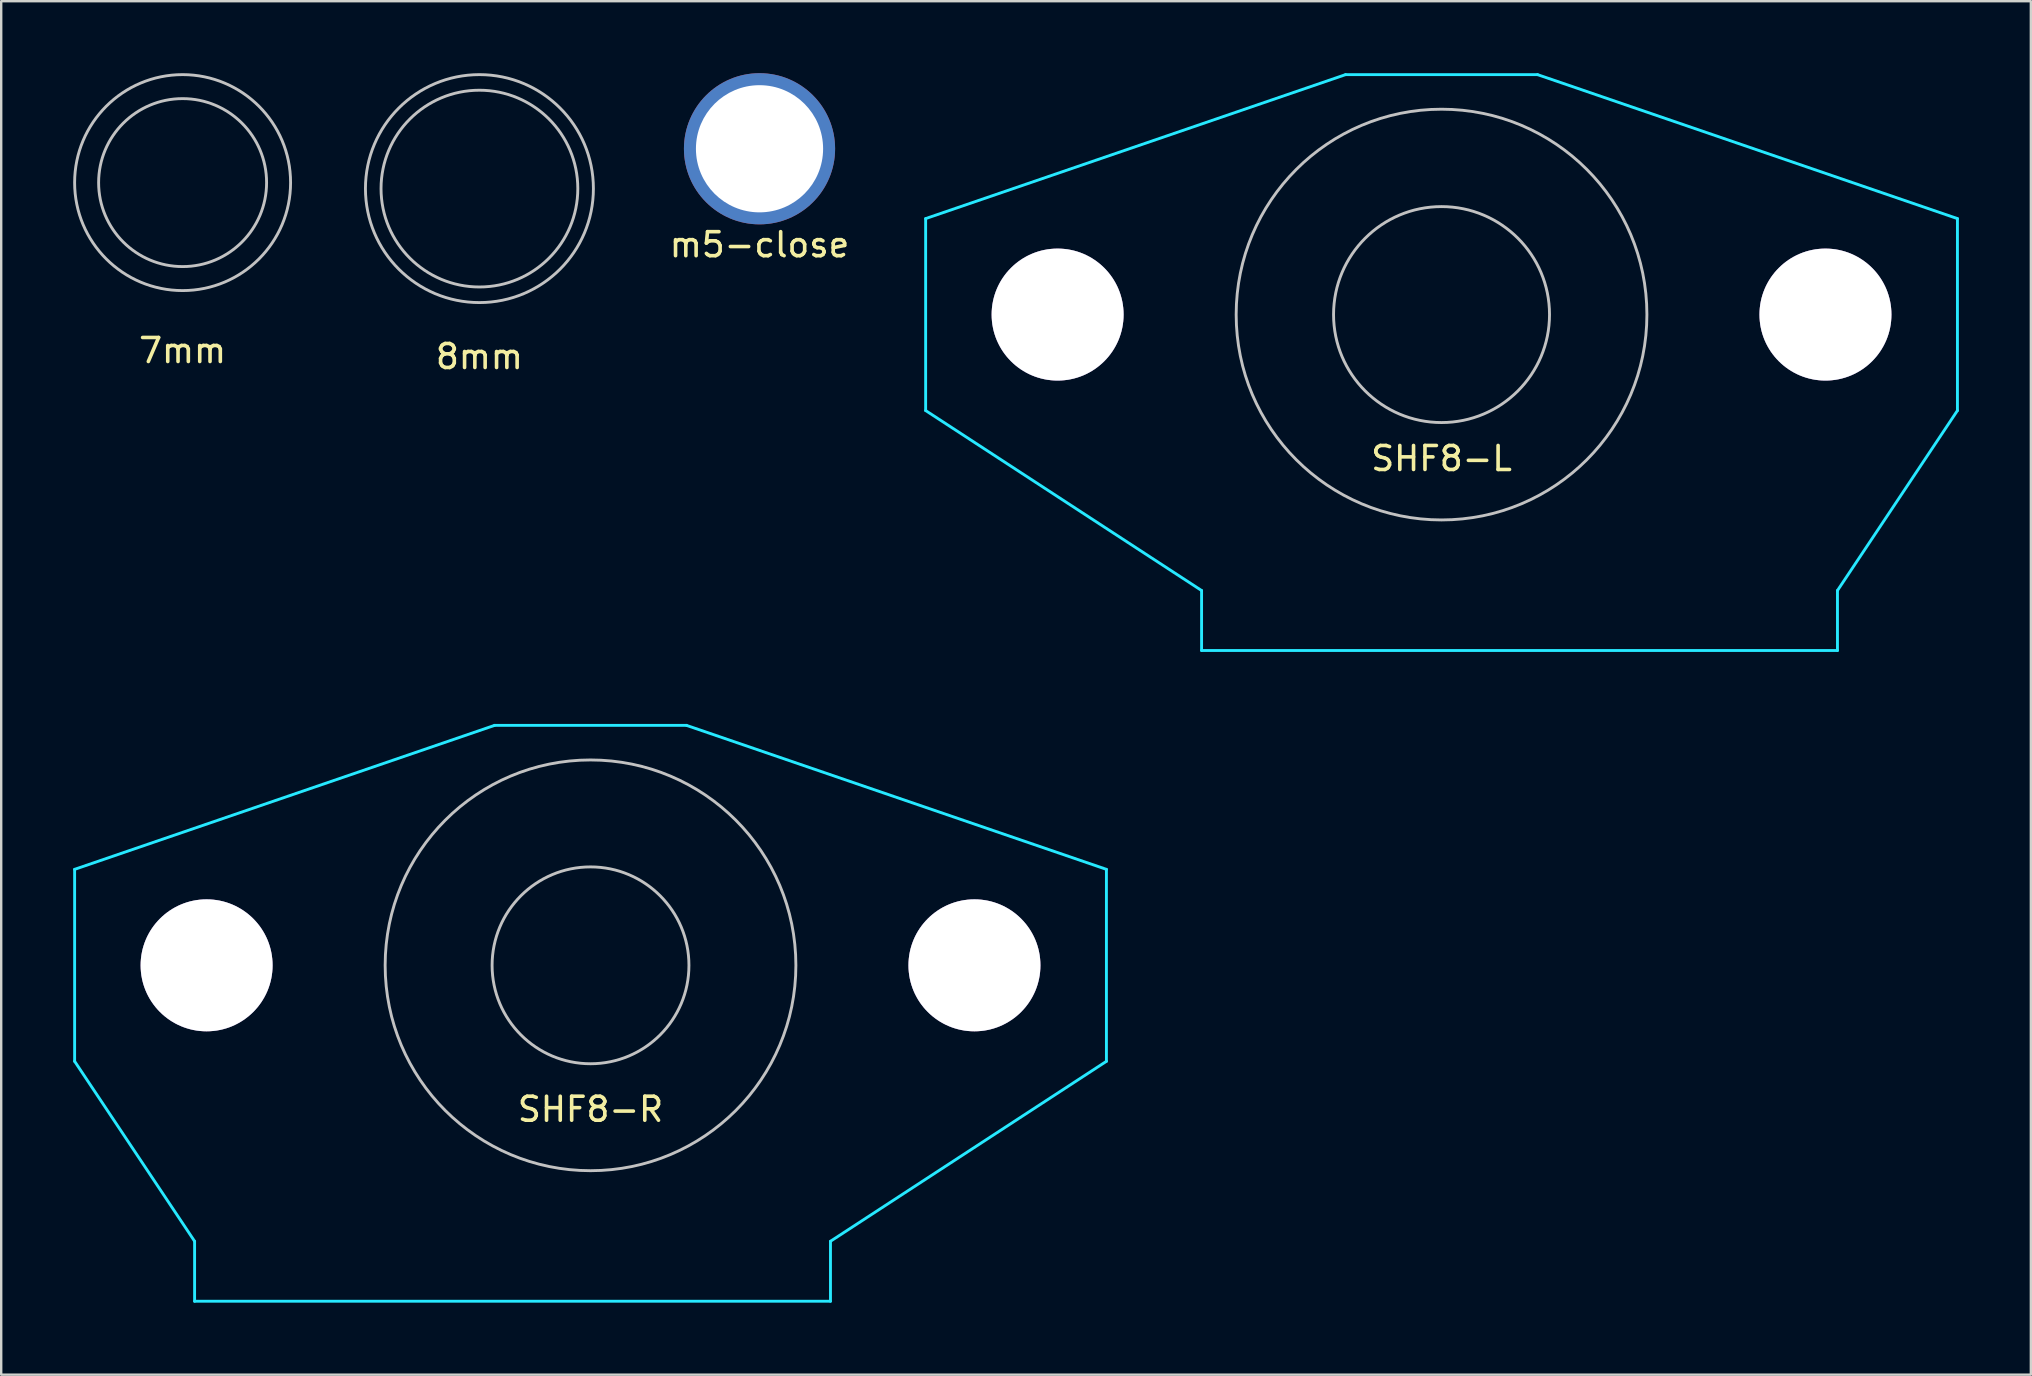
<source format=kicad_pcb>
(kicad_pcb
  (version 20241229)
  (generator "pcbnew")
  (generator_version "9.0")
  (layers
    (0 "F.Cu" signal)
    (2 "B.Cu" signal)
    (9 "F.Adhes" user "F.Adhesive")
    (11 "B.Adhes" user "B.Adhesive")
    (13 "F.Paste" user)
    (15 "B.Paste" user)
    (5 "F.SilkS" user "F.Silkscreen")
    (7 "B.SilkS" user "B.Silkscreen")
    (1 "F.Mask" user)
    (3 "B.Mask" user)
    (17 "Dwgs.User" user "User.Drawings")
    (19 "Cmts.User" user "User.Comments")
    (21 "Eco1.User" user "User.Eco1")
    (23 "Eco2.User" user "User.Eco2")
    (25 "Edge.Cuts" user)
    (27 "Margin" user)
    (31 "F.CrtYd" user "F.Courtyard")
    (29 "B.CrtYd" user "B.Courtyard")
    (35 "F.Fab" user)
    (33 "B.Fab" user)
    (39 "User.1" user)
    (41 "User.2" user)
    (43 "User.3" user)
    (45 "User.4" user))
  (footprint "SHF8-R"
    (layer "F.Cu")
    (at 21.56 37.18)
    (property "Reference" "SHF8-R" (at 0 6 0) (layer "F.SilkS") (effects (font (size 1 1) (thickness 0.15))))
    (attr through_hole)
    (fp_circle (center 0 0) (end -0.12 -4.1) (stroke (width 0.12) (type solid)) (fill no) (layer "Dwgs.User"))
    (fp_circle (center 0 0) (end 1 -8.5) (stroke (width 0.12) (type solid)) (fill no) (layer "Dwgs.User"))
    (fp_line (start -21.5 -4) (end -4 -10) (stroke (width 0.12) (type solid)) (layer "B.CrtYd"))
    (fp_line (start -21.5 4) (end -21.5 -4) (stroke (width 0.12) (type solid)) (layer "B.CrtYd"))
    (fp_line (start -16.5 11.5) (end -21.5 4) (stroke (width 0.12) (type solid)) (layer "B.CrtYd"))
    (fp_line (start -16.5 14) (end -16.5 11.5) (stroke (width 0.12) (type solid)) (layer "B.CrtYd"))
    (fp_line (start -4 -10) (end 4 -10) (stroke (width 0.12) (type solid)) (layer "B.CrtYd"))
    (fp_line (start 4 -10) (end 21.5 -4) (stroke (width 0.12) (type solid)) (layer "B.CrtYd"))
    (fp_line (start 10 11.5) (end 10 14) (stroke (width 0.12) (type solid)) (layer "B.CrtYd"))
    (fp_line (start 10 14) (end -16.5 14) (stroke (width 0.12) (type solid)) (layer "B.CrtYd"))
    (fp_line (start 21.5 -4) (end 21.5 4) (stroke (width 0.12) (type solid)) (layer "B.CrtYd"))
    (fp_line (start 21.5 4) (end 10 11.5) (stroke (width 0.12) (type solid)) (layer "B.CrtYd"))
    (pad "" thru_hole circle (at -16 0) (size 5.5 5.5) (drill 5.5) (layers "*.Cu" "*.Mask"))
    (pad "" thru_hole circle (at 16 0) (size 5.5 5.5) (drill 5.5) (layers "*.Cu" "*.Mask")))
  (footprint "m5-close"
    (layer "F.Cu")
    (at 28.603 3.15)
    (property "Reference" "m5-close" (at 0 4 0) (layer "F.SilkS") (effects (font (size 1 1) (thickness 0.15))))
    (attr through_hole)
    (pad "" thru_hole circle (at 0 0) (size 6.3 6.3) (drill 5.3) (layers "*.Cu" "*.Mask")))
  (footprint "8mm"
    (layer "F.Cu")
    (at 16.93 4.81)
    (property "Reference" "8mm" (at 0 7 0) (layer "F.SilkS") (effects (font (size 1 1) (thickness 0.15))))
    (attr through_hole)
    (fp_circle (center 0 0) (end 4.1 0) (stroke (width 0.12) (type solid)) (fill no) (layer "Dwgs.User"))
    (fp_circle (center 0 0) (end 4.75 0) (stroke (width 0.12) (type solid)) (fill no) (layer "Dwgs.User")))
  (footprint "7mm"
    (layer "F.Cu")
    (at 4.56 4.56)
    (property "Reference" "7mm" (at 0 7 0) (layer "F.SilkS") (effects (font (size 1 1) (thickness 0.15))))
    (attr through_hole)
    (fp_circle (center 0 0) (end 3.5 0) (stroke (width 0.12) (type solid)) (fill no) (layer "Dwgs.User"))
    (fp_circle (center 0 0) (end 4.5 0) (stroke (width 0.12) (type solid)) (fill no) (layer "Dwgs.User")))
  (footprint "SHF8-L"
    (layer "F.Cu")
    (at 57.026 10.06)
    (property "Reference" "SHF8-L" (at 0 6 0) (layer "F.SilkS") (effects (font (size 1 1) (thickness 0.15))))
    (attr through_hole)
    (fp_circle (center 0 0) (end 1 -8.5) (stroke (width 0.12) (type solid)) (fill no) (layer "Dwgs.User"))
    (fp_circle (center 0 0) (end 4.5 0) (stroke (width 0.12) (type solid)) (fill no) (layer "Dwgs.User"))
    (fp_line (start -21.5 -4) (end -4 -10) (stroke (width 0.12) (type solid)) (layer "B.CrtYd"))
    (fp_line (start -21.5 4) (end -21.5 -4) (stroke (width 0.12) (type solid)) (layer "B.CrtYd"))
    (fp_line (start -10 11.5) (end -21.5 4) (stroke (width 0.12) (type solid)) (layer "B.CrtYd"))
    (fp_line (start -10 14) (end -10 11.5) (stroke (width 0.12) (type solid)) (layer "B.CrtYd"))
    (fp_line (start -4 -10) (end 4 -10) (stroke (width 0.12) (type solid)) (layer "B.CrtYd"))
    (fp_line (start 4 -10) (end 21.5 -4) (stroke (width 0.12) (type solid)) (layer "B.CrtYd"))
    (fp_line (start 16.5 11.5) (end 16.5 14) (stroke (width 0.12) (type solid)) (layer "B.CrtYd"))
    (fp_line (start 16.5 14) (end -10 14) (stroke (width 0.12) (type solid)) (layer "B.CrtYd"))
    (fp_line (start 21.5 -4) (end 21.5 4) (stroke (width 0.12) (type solid)) (layer "B.CrtYd"))
    (fp_line (start 21.5 4) (end 16.5 11.5) (stroke (width 0.12) (type solid)) (layer "B.CrtYd"))
    (pad "" thru_hole circle (at -16 0) (size 5.5 5.5) (drill 5.5) (layers "*.Cu" "*.Mask"))
    (pad "" thru_hole circle (at 16 0) (size 5.5 5.5) (drill 5.5) (layers "*.Cu" "*.Mask")))
  (gr_rect
    (start -3 -3)
    (end 81.586 54.24)
    (stroke (width 0.1) (type default))
    (fill no)
    (layer "Edge.Cuts")))
</source>
